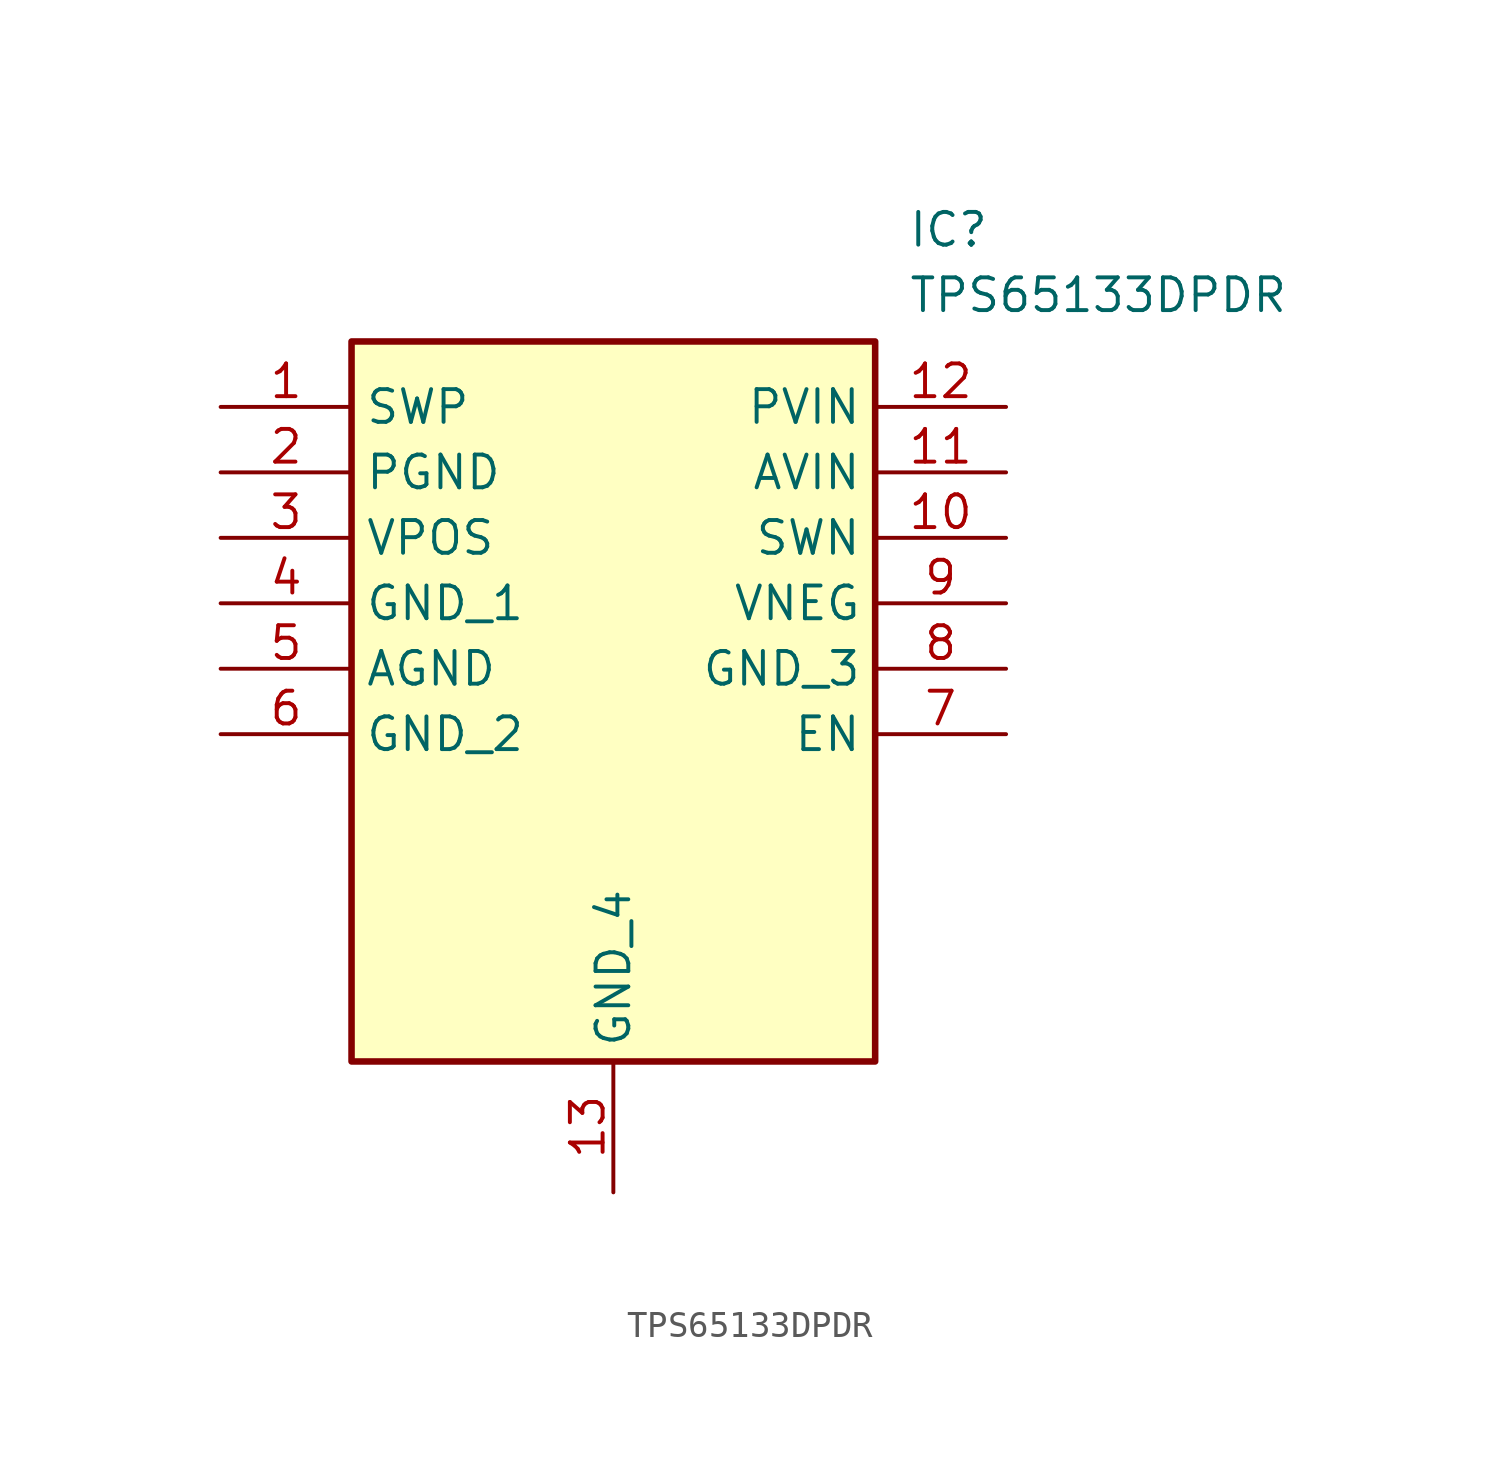
<source format=kicad_sym>
(kicad_symbol_lib
  (version 20211014)
  (generator SamacSys_ECAD_Model)
  (symbol "TPS65133DPDR"
    (property "Reference" "IC"
      (at 26.67 7.62 0)
      (effects (font (size 1.27 1.27)) (justify left top)))
    (property "Value" "TPS65133DPDR"
      (at 26.67 5.08 0)
      (effects (font (size 1.27 1.27)) (justify left top)))
    (rectangle
      (start 5.08 2.54)
      (end 25.4 -25.4)
      (stroke (width 0.254) (type default))
      (fill (type background)))
    (pin passive line
      (at 0 0 0)
      (length 5.08)
      (name "SWP" (effects (font (size 1.27 1.27))))
      (number "1" (effects (font (size 1.27 1.27)))))
    (pin passive line
      (at 0 -2.54 0)
      (length 5.08)
      (name "PGND" (effects (font (size 1.27 1.27))))
      (number "2" (effects (font (size 1.27 1.27)))))
    (pin passive line
      (at 0 -5.08 0)
      (length 5.08)
      (name "VPOS" (effects (font (size 1.27 1.27))))
      (number "3" (effects (font (size 1.27 1.27)))))
    (pin passive line
      (at 0 -7.62 0)
      (length 5.08)
      (name "GND_1" (effects (font (size 1.27 1.27))))
      (number "4" (effects (font (size 1.27 1.27)))))
    (pin passive line
      (at 0 -10.16 0)
      (length 5.08)
      (name "AGND" (effects (font (size 1.27 1.27))))
      (number "5" (effects (font (size 1.27 1.27)))))
    (pin passive line
      (at 0 -12.7 0)
      (length 5.08)
      (name "GND_2" (effects (font (size 1.27 1.27))))
      (number "6" (effects (font (size 1.27 1.27)))))
    (pin passive line
      (at 15.24 -30.48 90)
      (length 5.08)
      (name "GND_4" (effects (font (size 1.27 1.27))))
      (number "13" (effects (font (size 1.27 1.27)))))
    (pin passive line
      (at 30.48 0 180)
      (length 5.08)
      (name "PVIN" (effects (font (size 1.27 1.27))))
      (number "12" (effects (font (size 1.27 1.27)))))
    (pin passive line
      (at 30.48 -2.54 180)
      (length 5.08)
      (name "AVIN" (effects (font (size 1.27 1.27))))
      (number "11" (effects (font (size 1.27 1.27)))))
    (pin passive line
      (at 30.48 -5.08 180)
      (length 5.08)
      (name "SWN" (effects (font (size 1.27 1.27))))
      (number "10" (effects (font (size 1.27 1.27)))))
    (pin passive line
      (at 30.48 -7.62 180)
      (length 5.08)
      (name "VNEG" (effects (font (size 1.27 1.27))))
      (number "9" (effects (font (size 1.27 1.27)))))
    (pin passive line
      (at 30.48 -10.16 180)
      (length 5.08)
      (name "GND_3" (effects (font (size 1.27 1.27))))
      (number "8" (effects (font (size 1.27 1.27)))))
    (pin passive line
      (at 30.48 -12.7 180)
      (length 5.08)
      (name "EN" (effects (font (size 1.27 1.27))))
      (number "7" (effects (font (size 1.27 1.27)))))))
</source>
